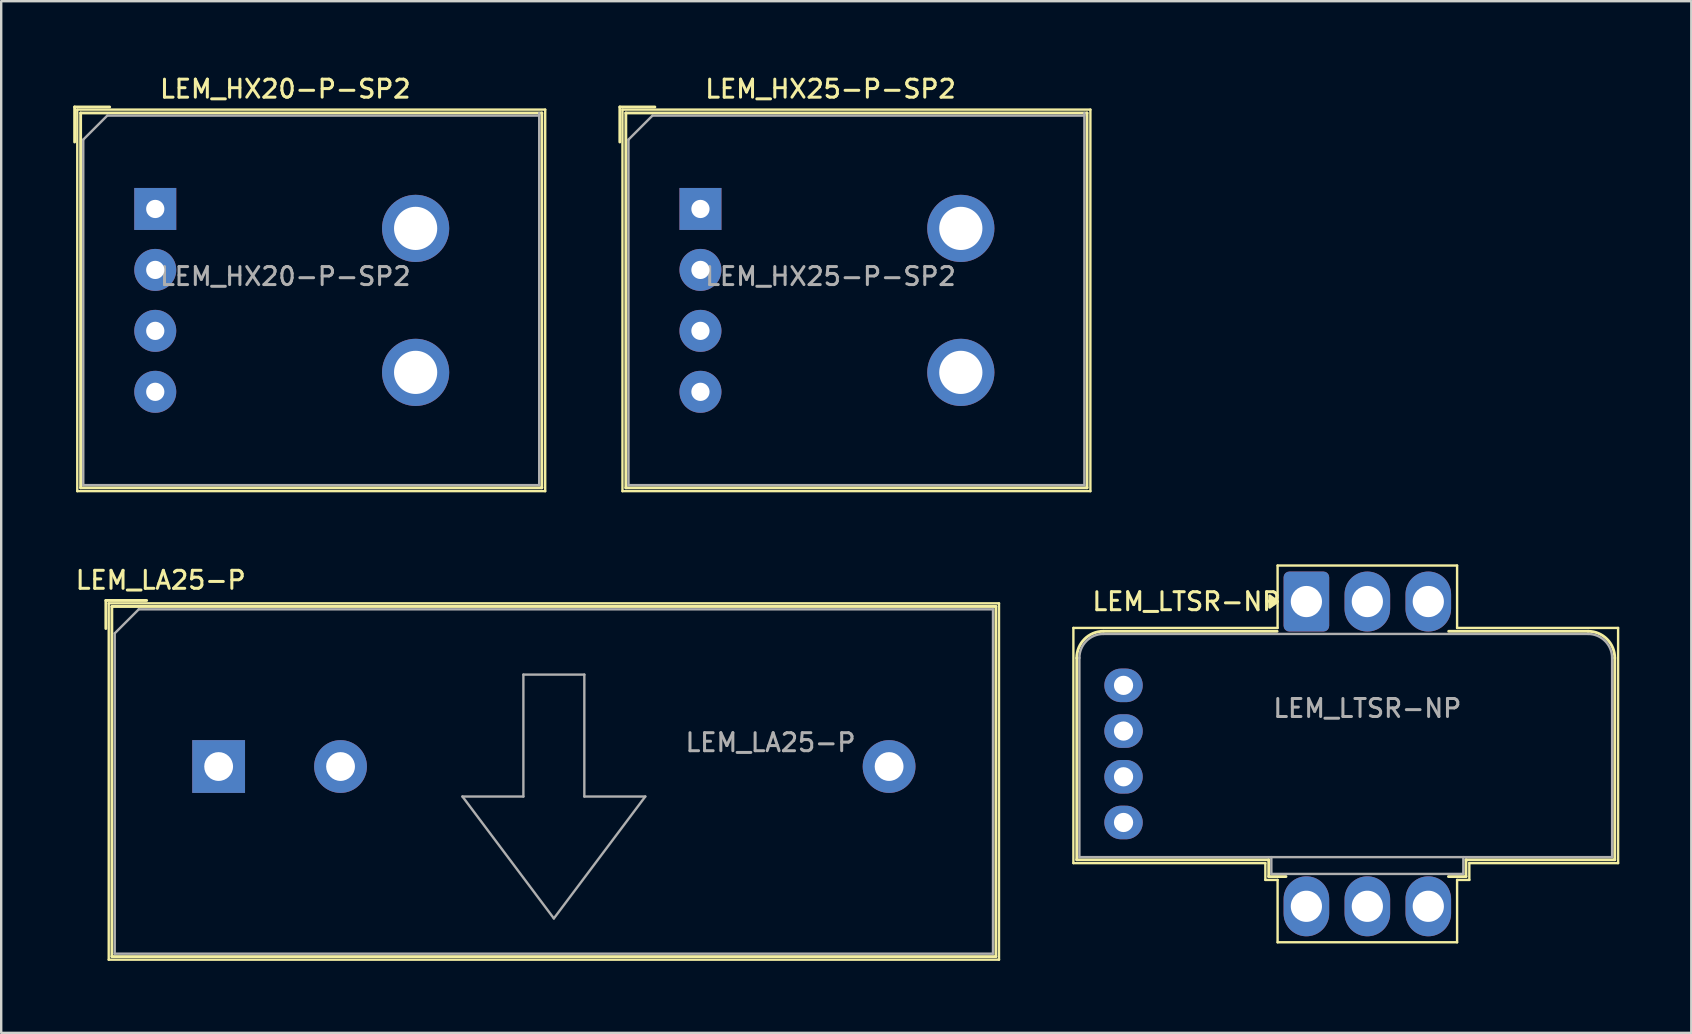
<source format=kicad_pcb>
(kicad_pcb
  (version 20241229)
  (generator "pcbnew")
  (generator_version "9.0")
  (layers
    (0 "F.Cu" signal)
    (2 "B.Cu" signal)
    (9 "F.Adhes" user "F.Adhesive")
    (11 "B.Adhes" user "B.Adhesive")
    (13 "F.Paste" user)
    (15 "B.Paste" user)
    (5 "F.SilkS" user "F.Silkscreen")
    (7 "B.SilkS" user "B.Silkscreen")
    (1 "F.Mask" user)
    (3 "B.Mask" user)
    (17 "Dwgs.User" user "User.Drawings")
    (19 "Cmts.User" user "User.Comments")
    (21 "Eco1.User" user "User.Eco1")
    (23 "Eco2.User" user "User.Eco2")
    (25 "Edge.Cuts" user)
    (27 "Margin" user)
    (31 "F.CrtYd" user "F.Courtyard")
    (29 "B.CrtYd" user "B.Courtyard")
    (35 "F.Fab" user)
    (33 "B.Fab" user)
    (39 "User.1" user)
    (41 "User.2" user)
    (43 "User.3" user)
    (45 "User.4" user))
  (footprint "LEM_HX25-P-SP2"
    (layer "F.Cu")
    (at 26.14 5.658)
    (property "Reference" "LEM_HX25-P-SP2" (at 5.42 -5 0) (layer "F.SilkS") (effects (font (size 0.75 0.75) (thickness 0.125))))
    (attr through_hole)
    (fp_line (start -3.36 -2.79) (end -3.36 -4.25) (stroke (width 0.12) (type solid)) (layer "F.SilkS"))
    (fp_line (start -3.25 -4.14) (end -3.25 11.76) (stroke (width 0.1) (type solid)) (layer "F.SilkS"))
    (fp_line (start -3.25 11.76) (end 16.25 11.76) (stroke (width 0.1) (type solid)) (layer "F.SilkS"))
    (fp_line (start -3.11 -4) (end -3.11 11.62) (stroke (width 0.12) (type solid)) (layer "F.SilkS"))
    (fp_line (start -3.11 11.62) (end 16.11 11.62) (stroke (width 0.12) (type solid)) (layer "F.SilkS"))
    (fp_line (start -1.9 -4.25) (end -3.36 -4.25) (stroke (width 0.12) (type solid)) (layer "F.SilkS"))
    (fp_line (start 16.11 -4) (end -3.11 -4) (stroke (width 0.12) (type solid)) (layer "F.SilkS"))
    (fp_line (start 16.11 11.62) (end 16.11 -4) (stroke (width 0.12) (type solid)) (layer "F.SilkS"))
    (fp_line (start 16.25 -4.14) (end -3.25 -4.14) (stroke (width 0.1) (type solid)) (layer "F.SilkS"))
    (fp_line (start 16.25 11.76) (end 16.25 -4.14) (stroke (width 0.1) (type solid)) (layer "F.SilkS"))
    (fp_line (start -3 -2.89) (end -3 11.51) (stroke (width 0.1) (type solid)) (layer "F.Fab"))
    (fp_line (start -3 11.51) (end 16 11.51) (stroke (width 0.1) (type solid)) (layer "F.Fab"))
    (fp_line (start -2 -3.89) (end -3 -2.89) (stroke (width 0.1) (type solid)) (layer "F.Fab"))
    (fp_line (start 16 -3.89) (end -2 -3.89) (stroke (width 0.1) (type solid)) (layer "F.Fab"))
    (fp_line (start 16 11.51) (end 16 -4) (stroke (width 0.1) (type solid)) (layer "F.Fab"))
    (fp_text user "${REFERENCE}" (at 5.42 2.81 0) (layer "F.Fab") (effects (font (size 0.75 0.75) (thickness 0.125))))
    (pad "1" thru_hole rect (at 0 0) (size 1.75 1.75) (drill 0.76) (layers "*.Cu" "*.Mask"))
    (pad "2" thru_hole circle (at 0 2.54) (size 1.75 1.75) (drill 0.76) (layers "*.Cu" "*.Mask"))
    (pad "3" thru_hole circle (at 0 5.08) (size 1.75 1.75) (drill 0.76) (layers "*.Cu" "*.Mask"))
    (pad "4" thru_hole circle (at 0 7.62) (size 1.75 1.75) (drill 0.76) (layers "*.Cu" "*.Mask"))
    (pad "5" thru_hole circle (at 10.85 0.81) (size 2.8 2.8) (drill 1.8) (layers "*.Cu" "*.Mask"))
    (pad "6" thru_hole circle (at 10.85 6.81) (size 2.8 2.8) (drill 1.8) (layers "*.Cu" "*.Mask")))
  (footprint "LEM_LA25-P"
    (layer "F.Cu")
    (at 6.061 28.893)
    (property "Reference" "LEM_LA25-P" (at -2.413 -7.767 0) (layer "F.SilkS") (effects (font (size 0.75 0.75) (thickness 0.125))))
    (attr through_hole)
    (fp_line (start -4.7 -6.92) (end -4.7 -5.75) (stroke (width 0.12) (type solid)) (layer "F.SilkS"))
    (fp_line (start -4.58 -6.8) (end -4.58 8.05) (stroke (width 0.1) (type solid)) (layer "F.SilkS"))
    (fp_line (start -4.58 -6.8) (end 32.52 -6.8) (stroke (width 0.1) (type solid)) (layer "F.SilkS"))
    (fp_line (start -4.45 -6.67) (end -4.45 7.92) (stroke (width 0.12) (type solid)) (layer "F.SilkS"))
    (fp_line (start -4.45 7.92) (end 32.39 7.92) (stroke (width 0.12) (type solid)) (layer "F.SilkS"))
    (fp_line (start -3 -6.92) (end -4.7 -6.92) (stroke (width 0.12) (type solid)) (layer "F.SilkS"))
    (fp_line (start 32.39 -6.67) (end -4.45 -6.67) (stroke (width 0.12) (type solid)) (layer "F.SilkS"))
    (fp_line (start 32.39 7.92) (end 32.39 -6.67) (stroke (width 0.12) (type solid)) (layer "F.SilkS"))
    (fp_line (start 32.52 8.05) (end -4.58 8.05) (stroke (width 0.1) (type solid)) (layer "F.SilkS"))
    (fp_line (start 32.52 8.05) (end 32.52 -6.8) (stroke (width 0.1) (type solid)) (layer "F.SilkS"))
    (fp_line (start -4.33 -5.55) (end -3.33 -6.55) (stroke (width 0.1) (type solid)) (layer "F.Fab"))
    (fp_line (start -4.33 7.8) (end -4.33 -5.55) (stroke (width 0.1) (type solid)) (layer "F.Fab"))
    (fp_line (start -3.33 -6.55) (end 32.27 -6.55) (stroke (width 0.1) (type solid)) (layer "F.Fab"))
    (fp_line (start 10.16 1.25) (end 13.97 6.33) (stroke (width 0.1) (type solid)) (layer "F.Fab"))
    (fp_line (start 12.7 -3.83) (end 12.7 1.25) (stroke (width 0.1) (type solid)) (layer "F.Fab"))
    (fp_line (start 12.7 1.25) (end 10.16 1.25) (stroke (width 0.1) (type solid)) (layer "F.Fab"))
    (fp_line (start 13.97 6.33) (end 17.78 1.25) (stroke (width 0.1) (type solid)) (layer "F.Fab"))
    (fp_line (start 15.24 -3.83) (end 12.7 -3.83) (stroke (width 0.1) (type solid)) (layer "F.Fab"))
    (fp_line (start 15.24 1.25) (end 15.24 -3.83) (stroke (width 0.1) (type solid)) (layer "F.Fab"))
    (fp_line (start 17.78 1.25) (end 15.24 1.25) (stroke (width 0.1) (type solid)) (layer "F.Fab"))
    (fp_line (start 32.27 -6.55) (end 32.27 7.8) (stroke (width 0.1) (type solid)) (layer "F.Fab"))
    (fp_line (start 32.27 7.8) (end -4.33 7.8) (stroke (width 0.1) (type solid)) (layer "F.Fab"))
    (fp_text user "${REFERENCE}" (at 23 -1 0) (layer "F.Fab") (effects (font (size 0.75 0.75) (thickness 0.125))))
    (pad "1" thru_hole rect (at 0 0) (size 2.2 2.2) (drill 1.2) (layers "*.Cu" "*.Mask"))
    (pad "2" thru_hole circle (at 5.08 0) (size 2.2 2.2) (drill 1.2) (layers "*.Cu" "*.Mask"))
    (pad "3" thru_hole circle (at 27.94 0) (size 2.2 2.2) (drill 1.2) (layers "*.Cu" "*.Mask")))
  (footprint "LEM_HX20-P-SP2"
    (layer "F.Cu")
    (at 3.42 5.658)
    (property "Reference" "LEM_HX20-P-SP2" (at 5.42 -5 0) (layer "F.SilkS") (effects (font (size 0.75 0.75) (thickness 0.125))))
    (attr through_hole)
    (fp_line (start -3.36 -2.79) (end -3.36 -4.25) (stroke (width 0.12) (type solid)) (layer "F.SilkS"))
    (fp_line (start -3.25 -4.14) (end -3.25 11.76) (stroke (width 0.1) (type solid)) (layer "F.SilkS"))
    (fp_line (start -3.25 11.76) (end 16.25 11.76) (stroke (width 0.1) (type solid)) (layer "F.SilkS"))
    (fp_line (start -3.11 -4) (end -3.11 11.62) (stroke (width 0.12) (type solid)) (layer "F.SilkS"))
    (fp_line (start -3.11 11.62) (end 16.11 11.62) (stroke (width 0.12) (type solid)) (layer "F.SilkS"))
    (fp_line (start -1.9 -4.25) (end -3.36 -4.25) (stroke (width 0.12) (type solid)) (layer "F.SilkS"))
    (fp_line (start 16.11 -4) (end -3.11 -4) (stroke (width 0.12) (type solid)) (layer "F.SilkS"))
    (fp_line (start 16.11 11.62) (end 16.11 -4) (stroke (width 0.12) (type solid)) (layer "F.SilkS"))
    (fp_line (start 16.25 -4.14) (end -3.25 -4.14) (stroke (width 0.1) (type solid)) (layer "F.SilkS"))
    (fp_line (start 16.25 11.76) (end 16.25 -4.14) (stroke (width 0.1) (type solid)) (layer "F.SilkS"))
    (fp_line (start -3 -2.89) (end -3 11.51) (stroke (width 0.1) (type solid)) (layer "F.Fab"))
    (fp_line (start -3 11.51) (end 16 11.51) (stroke (width 0.1) (type solid)) (layer "F.Fab"))
    (fp_line (start -2 -3.89) (end -3 -2.89) (stroke (width 0.1) (type solid)) (layer "F.Fab"))
    (fp_line (start 16 -3.89) (end -2 -3.89) (stroke (width 0.1) (type solid)) (layer "F.Fab"))
    (fp_line (start 16 11.51) (end 16 -4) (stroke (width 0.1) (type solid)) (layer "F.Fab"))
    (fp_text user "${REFERENCE}" (at 5.42 2.81 0) (layer "F.Fab") (effects (font (size 0.75 0.75) (thickness 0.125))))
    (pad "1" thru_hole rect (at 0 0) (size 1.75 1.75) (drill 0.76) (layers "*.Cu" "*.Mask"))
    (pad "2" thru_hole circle (at 0 2.54) (size 1.75 1.75) (drill 0.76) (layers "*.Cu" "*.Mask"))
    (pad "3" thru_hole circle (at 0 5.08) (size 1.75 1.75) (drill 0.76) (layers "*.Cu" "*.Mask"))
    (pad "4" thru_hole circle (at 0 7.62) (size 1.75 1.75) (drill 0.76) (layers "*.Cu" "*.Mask"))
    (pad "5" thru_hole circle (at 10.85 0.81) (size 2.8 2.8) (drill 1.8) (layers "*.Cu" "*.Mask"))
    (pad "6" thru_hole circle (at 10.85 6.81) (size 2.8 2.8) (drill 1.8) (layers "*.Cu" "*.Mask")))
  (footprint "LEM_LTSR-NP"
    (layer "F.Cu")
    (at 51.391 22.018)
    (property "Reference" "LEM_LTSR-NP" (at -5 0 0) (layer "F.SilkS") (effects (font (size 0.75 0.75) (thickness 0.125))))
    (attr through_hole)
    (fp_line (start -9.71 1.1) (end -9.71 10.9) (stroke (width 0.1) (type solid)) (layer "F.SilkS"))
    (fp_line (start -9.71 1.1) (end -1.2 1.1) (stroke (width 0.1) (type solid)) (layer "F.SilkS"))
    (fp_line (start -9.71 10.9) (end -1.71 10.9) (stroke (width 0.1) (type solid)) (layer "F.SilkS"))
    (fp_line (start -9.57 10.76) (end -9.57 2.36) (stroke (width 0.12) (type solid)) (layer "F.SilkS"))
    (fp_line (start -9.57 10.76) (end -1.57 10.76) (stroke (width 0.12) (type solid)) (layer "F.SilkS"))
    (fp_line (start -8.45 1.24) (end -1.22 1.24) (stroke (width 0.12) (type solid)) (layer "F.SilkS"))
    (fp_line (start -1.71 11.6) (end -1.71 10.9) (stroke (width 0.1) (type solid)) (layer "F.SilkS"))
    (fp_line (start -1.71 11.6) (end -1.2 11.6) (stroke (width 0.1) (type solid)) (layer "F.SilkS"))
    (fp_line (start -1.57 11.46) (end -1.57 10.76) (stroke (width 0.12) (type solid)) (layer "F.SilkS"))
    (fp_line (start -1.57 11.46) (end -0.85 11.46) (stroke (width 0.12) (type solid)) (layer "F.SilkS"))
    (fp_line (start -1.2 -1.5) (end -1.2 1.1) (stroke (width 0.1) (type solid)) (layer "F.SilkS"))
    (fp_line (start -1.2 -1.5) (end 6.28 -1.5) (stroke (width 0.1) (type solid)) (layer "F.SilkS"))
    (fp_line (start -1.2 11.6) (end -1.2 14.2) (stroke (width 0.1) (type solid)) (layer "F.SilkS"))
    (fp_line (start -1.2 14.2) (end 6.28 14.2) (stroke (width 0.1) (type solid)) (layer "F.SilkS"))
    (fp_line (start 5.92 11.46) (end 6.65 11.46) (stroke (width 0.12) (type solid)) (layer "F.SilkS"))
    (fp_line (start 5.93 1.24) (end 11.74 1.24) (stroke (width 0.12) (type solid)) (layer "F.SilkS"))
    (fp_line (start 6.28 -1.5) (end 6.28 1.1) (stroke (width 0.1) (type solid)) (layer "F.SilkS"))
    (fp_line (start 6.28 1.1) (end 12.99 1.1) (stroke (width 0.1) (type solid)) (layer "F.SilkS"))
    (fp_line (start 6.28 11.6) (end 6.28 14.2) (stroke (width 0.1) (type solid)) (layer "F.SilkS"))
    (fp_line (start 6.28 11.6) (end 6.79 11.6) (stroke (width 0.1) (type solid)) (layer "F.SilkS"))
    (fp_line (start 6.65 10.76) (end 12.85 10.76) (stroke (width 0.12) (type solid)) (layer "F.SilkS"))
    (fp_line (start 6.65 11.46) (end 6.65 10.76) (stroke (width 0.12) (type solid)) (layer "F.SilkS"))
    (fp_line (start 6.79 10.9) (end 12.99 10.9) (stroke (width 0.1) (type solid)) (layer "F.SilkS"))
    (fp_line (start 6.79 11.6) (end 6.79 10.9) (stroke (width 0.1) (type solid)) (layer "F.SilkS"))
    (fp_line (start 12.85 10.76) (end 12.85 2.35) (stroke (width 0.12) (type solid)) (layer "F.SilkS"))
    (fp_line (start 12.99 1.1) (end 12.99 10.9) (stroke (width 0.1) (type solid)) (layer "F.SilkS"))
    (fp_arc (start -9.57 2.35) (mid -9.244889 1.565111) (end -8.46 1.24) (stroke (width 0.12) (type solid)) (layer "F.SilkS"))
    (fp_arc (start 11.74 1.24) (mid 12.524889 1.565111) (end 12.85 2.35) (stroke (width 0.12) (type solid)) (layer "F.SilkS"))
    (fp_poly (pts (xy -1.2 0) (xy -1.53 0.24) (xy -1.53 -0.24) (xy -1.2 0)) (stroke (width 0.12) (type solid)) (fill yes) (layer "F.SilkS"))
    (fp_line (start -9.46 10.65) (end -9.46 2.35) (stroke (width 0.1) (type solid)) (layer "F.Fab"))
    (fp_line (start -9.46 10.65) (end 12.74 10.65) (stroke (width 0.1) (type solid)) (layer "F.Fab"))
    (fp_line (start -8.46 1.35) (end 11.74 1.35) (stroke (width 0.1) (type solid)) (layer "F.Fab"))
    (fp_line (start -1.46 11.35) (end -1.46 10.65) (stroke (width 0.1) (type solid)) (layer "F.Fab"))
    (fp_line (start -1.46 11.35) (end 6.54 11.35) (stroke (width 0.1) (type solid)) (layer "F.Fab"))
    (fp_line (start 6.54 11.35) (end 6.54 10.65) (stroke (width 0.1) (type solid)) (layer "F.Fab"))
    (fp_line (start 12.74 10.65) (end 12.74 2.35) (stroke (width 0.1) (type solid)) (layer "F.Fab"))
    (fp_arc (start -9.46 2.35) (mid -9.167107 1.642893) (end -8.46 1.35) (stroke (width 0.1) (type solid)) (layer "F.Fab"))
    (fp_arc (start 11.74 1.35) (mid 12.447107 1.642893) (end 12.74 2.35) (stroke (width 0.1) (type solid)) (layer "F.Fab"))
    (fp_text user "${REFERENCE}" (at 2.54 4.45 0) (layer "F.Fab") (effects (font (size 0.75 0.75) (thickness 0.125))))
    (pad "1" thru_hole roundrect (at 0 0) (size 1.9 2.5) (drill 1.3) (layers "*.Cu" "*.Mask") (roundrect_rratio 0.125))
    (pad "2" thru_hole oval (at 2.54 0) (size 1.9 2.5) (drill 1.3) (layers "*.Cu" "*.Mask"))
    (pad "3" thru_hole oval (at 5.08 0) (size 1.9 2.5) (drill 1.3) (layers "*.Cu" "*.Mask"))
    (pad "4" thru_hole oval (at 5.08 12.7) (size 1.9 2.5) (drill 1.3) (layers "*.Cu" "*.Mask"))
    (pad "5" thru_hole oval (at 2.54 12.7) (size 1.9 2.5) (drill 1.3) (layers "*.Cu" "*.Mask"))
    (pad "6" thru_hole oval (at 0 12.7) (size 1.9 2.5) (drill 1.3) (layers "*.Cu" "*.Mask"))
    (pad "7" thru_hole oval (at -7.62 9.207) (size 1.6 1.4) (drill 0.8) (layers "*.Cu" "*.Mask"))
    (pad "8" thru_hole oval (at -7.62 7.303) (size 1.6 1.4) (drill 0.8) (layers "*.Cu" "*.Mask"))
    (pad "9" thru_hole oval (at -7.62 5.397) (size 1.6 1.4) (drill 0.8) (layers "*.Cu" "*.Mask"))
    (pad "10" thru_hole oval (at -7.62 3.493) (size 1.6 1.4) (drill 0.8) (layers "*.Cu" "*.Mask")))
  (gr_rect
    (start -3 -3)
    (end 67.431 39.993)
    (stroke (width 0.1) (type default))
    (fill no)
    (layer "Edge.Cuts")))
</source>
